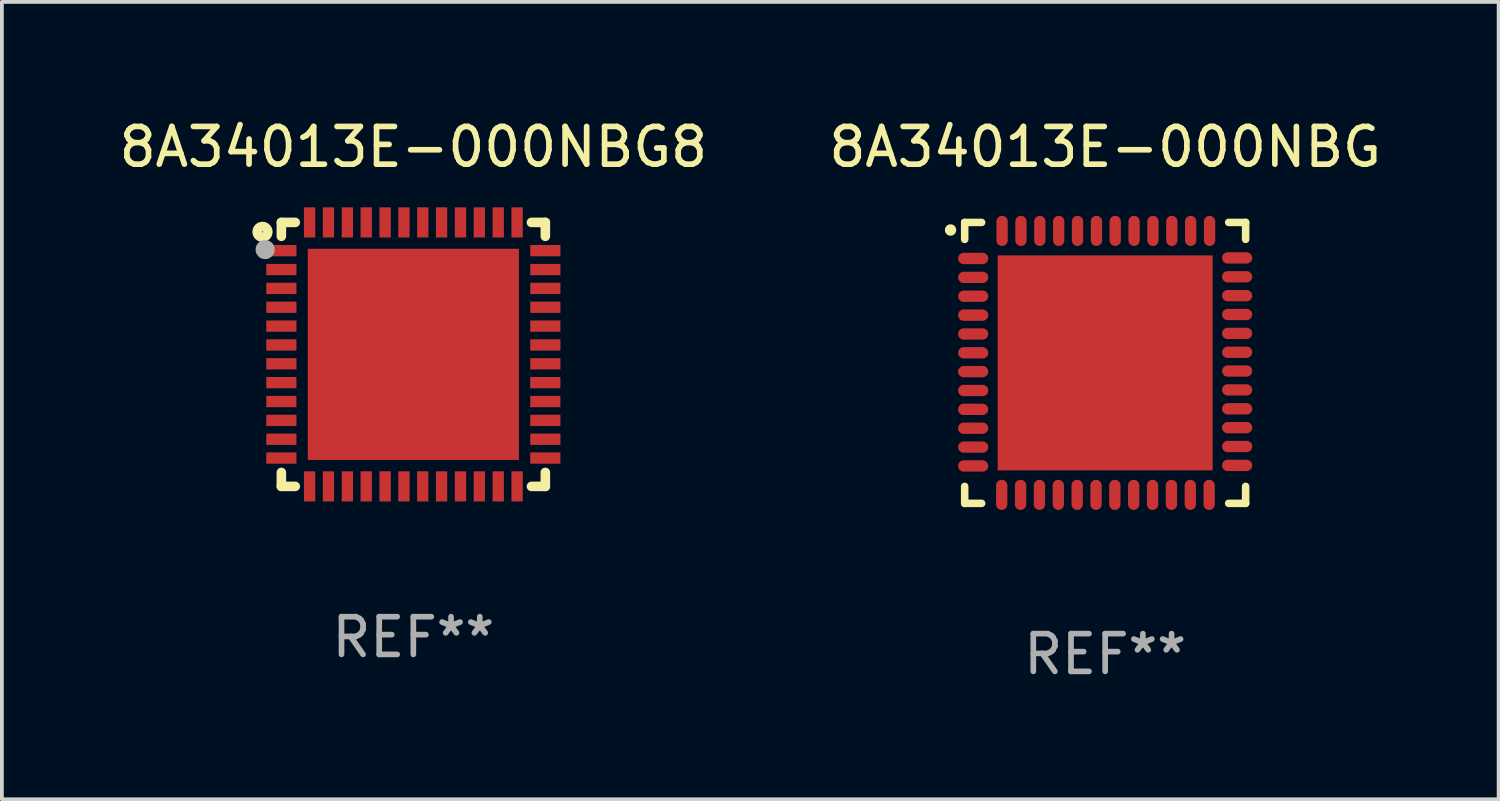
<source format=kicad_pcb>
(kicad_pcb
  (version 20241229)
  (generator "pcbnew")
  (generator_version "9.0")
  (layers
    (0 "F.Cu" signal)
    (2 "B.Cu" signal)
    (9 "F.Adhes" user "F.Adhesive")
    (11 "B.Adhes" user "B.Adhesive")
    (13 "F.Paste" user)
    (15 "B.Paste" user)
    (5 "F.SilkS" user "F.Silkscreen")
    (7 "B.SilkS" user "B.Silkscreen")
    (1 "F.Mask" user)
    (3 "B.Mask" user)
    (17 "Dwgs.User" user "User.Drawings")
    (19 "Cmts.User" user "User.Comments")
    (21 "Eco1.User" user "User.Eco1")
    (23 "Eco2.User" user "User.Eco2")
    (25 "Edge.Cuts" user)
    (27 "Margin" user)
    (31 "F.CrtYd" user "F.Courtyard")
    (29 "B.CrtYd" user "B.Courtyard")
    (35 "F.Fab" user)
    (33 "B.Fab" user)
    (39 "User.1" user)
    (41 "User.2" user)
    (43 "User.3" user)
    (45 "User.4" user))
  (footprint "8A34013E-000NBG"
    (layer "F.Cu")
    (at 26.256 6.573)
    (property "Reference" "8A34013E-000NBG" (at 0 -5.725 0) (layer "F.SilkS") (effects (font (size 1 1) (thickness 0.15))))
    (attr through_hole)
    (fp_line (start -3.725 -3.725) (end -3.275 -3.725) (stroke (width 0.2) (type solid)) (layer "F.SilkS"))
    (fp_line (start -3.725 -3.275) (end -3.725 -3.725) (stroke (width 0.2) (type solid)) (layer "F.SilkS"))
    (fp_line (start -3.725 3.275) (end -3.725 3.725) (stroke (width 0.2) (type solid)) (layer "F.SilkS"))
    (fp_line (start -3.725 3.725) (end -3.275 3.725) (stroke (width 0.2) (type solid)) (layer "F.SilkS"))
    (fp_line (start 3.275 -3.725) (end 3.725 -3.725) (stroke (width 0.2) (type solid)) (layer "F.SilkS"))
    (fp_line (start 3.275 3.725) (end 3.725 3.725) (stroke (width 0.2) (type solid)) (layer "F.SilkS"))
    (fp_line (start 3.725 -3.725) (end 3.725 -3.275) (stroke (width 0.2) (type solid)) (layer "F.SilkS"))
    (fp_line (start 3.725 3.725) (end 3.725 3.275) (stroke (width 0.2) (type solid)) (layer "F.SilkS"))
    (fp_arc (start -4.099568 -3.522987) (mid -4.099573 -3.524257) (end -4.099568 -3.525527) (stroke (width 0.3) (type solid)) (layer "F.SilkS"))
    (fp_text user "REF**" (at 0 7.725 0) (layer "F.Fab") (effects (font (size 1 1) (thickness 0.15))))
    (pad "1" smd oval (at -3.5 -2.769 90) (size 0.3 0.8) (layers "F.Cu" "F.Mask" "F.Paste"))
    (pad "2" smd oval (at -3.5 -2.268 90) (size 0.3 0.8) (layers "F.Cu" "F.Mask" "F.Paste"))
    (pad "3" smd oval (at -3.5 -1.768 90) (size 0.3 0.8) (layers "F.Cu" "F.Mask" "F.Paste"))
    (pad "4" smd oval (at -3.5 -1.267 90) (size 0.3 0.8) (layers "F.Cu" "F.Mask" "F.Paste"))
    (pad "5" smd oval (at -3.5 -0.767 90) (size 0.3 0.8) (layers "F.Cu" "F.Mask" "F.Paste"))
    (pad "6" smd oval (at -3.5 -0.267 90) (size 0.3 0.8) (layers "F.Cu" "F.Mask" "F.Paste"))
    (pad "7" smd oval (at -3.5 0.231 90) (size 0.3 0.8) (layers "F.Cu" "F.Mask" "F.Paste"))
    (pad "8" smd oval (at -3.5 0.732 90) (size 0.3 0.8) (layers "F.Cu" "F.Mask" "F.Paste"))
    (pad "9" smd oval (at -3.5 1.232 90) (size 0.3 0.8) (layers "F.Cu" "F.Mask" "F.Paste"))
    (pad "10" smd oval (at -3.5 1.732 90) (size 0.3 0.8) (layers "F.Cu" "F.Mask" "F.Paste"))
    (pad "11" smd oval (at -3.5 2.233 90) (size 0.3 0.8) (layers "F.Cu" "F.Mask" "F.Paste"))
    (pad "12" smd oval (at -3.5 2.733 90) (size 0.3 0.8) (layers "F.Cu" "F.Mask" "F.Paste"))
    (pad "13" smd oval (at -2.743 3.5) (size 0.3 0.8) (layers "F.Cu" "F.Mask" "F.Paste"))
    (pad "14" smd oval (at -2.243 3.5) (size 0.3 0.8) (layers "F.Cu" "F.Mask" "F.Paste"))
    (pad "15" smd oval (at -1.742 3.5) (size 0.3 0.8) (layers "F.Cu" "F.Mask" "F.Paste"))
    (pad "16" smd oval (at -1.242 3.5) (size 0.3 0.8) (layers "F.Cu" "F.Mask" "F.Paste"))
    (pad "17" smd oval (at -0.742 3.5) (size 0.3 0.8) (layers "F.Cu" "F.Mask" "F.Paste"))
    (pad "18" smd oval (at -0.241 3.5) (size 0.3 0.8) (layers "F.Cu" "F.Mask" "F.Paste"))
    (pad "19" smd oval (at 0.257 3.5) (size 0.3 0.8) (layers "F.Cu" "F.Mask" "F.Paste"))
    (pad "20" smd oval (at 0.757 3.5) (size 0.3 0.8) (layers "F.Cu" "F.Mask" "F.Paste"))
    (pad "21" smd oval (at 1.257 3.5) (size 0.3 0.8) (layers "F.Cu" "F.Mask" "F.Paste"))
    (pad "22" smd oval (at 1.758 3.5) (size 0.3 0.8) (layers "F.Cu" "F.Mask" "F.Paste"))
    (pad "23" smd oval (at 2.258 3.5) (size 0.3 0.8) (layers "F.Cu" "F.Mask" "F.Paste"))
    (pad "24" smd oval (at 2.758 3.5) (size 0.3 0.8) (layers "F.Cu" "F.Mask" "F.Paste"))
    (pad "25" smd oval (at 3.5 2.718 90) (size 0.3 0.8) (layers "F.Cu" "F.Mask" "F.Paste"))
    (pad "26" smd oval (at 3.5 2.217 90) (size 0.3 0.8) (layers "F.Cu" "F.Mask" "F.Paste"))
    (pad "27" smd oval (at 3.5 1.717 90) (size 0.3 0.8) (layers "F.Cu" "F.Mask" "F.Paste"))
    (pad "28" smd oval (at 3.5 1.217 90) (size 0.3 0.8) (layers "F.Cu" "F.Mask" "F.Paste"))
    (pad "29" smd oval (at 3.5 0.716 90) (size 0.3 0.8) (layers "F.Cu" "F.Mask" "F.Paste"))
    (pad "30" smd oval (at 3.5 0.216 90) (size 0.3 0.8) (layers "F.Cu" "F.Mask" "F.Paste"))
    (pad "31" smd oval (at 3.5 -0.282 90) (size 0.3 0.8) (layers "F.Cu" "F.Mask" "F.Paste"))
    (pad "32" smd oval (at 3.5 -0.782 90) (size 0.3 0.8) (layers "F.Cu" "F.Mask" "F.Paste"))
    (pad "33" smd oval (at 3.5 -1.283 90) (size 0.3 0.8) (layers "F.Cu" "F.Mask" "F.Paste"))
    (pad "34" smd oval (at 3.5 -1.783 90) (size 0.3 0.8) (layers "F.Cu" "F.Mask" "F.Paste"))
    (pad "35" smd oval (at 3.5 -2.283 90) (size 0.3 0.8) (layers "F.Cu" "F.Mask" "F.Paste"))
    (pad "36" smd oval (at 3.5 -2.784 90) (size 0.3 0.8) (layers "F.Cu" "F.Mask" "F.Paste"))
    (pad "37" smd oval (at 2.769 -3.5) (size 0.3 0.8) (layers "F.Cu" "F.Mask" "F.Paste"))
    (pad "38" smd oval (at 2.268 -3.5) (size 0.3 0.8) (layers "F.Cu" "F.Mask" "F.Paste"))
    (pad "39" smd oval (at 1.768 -3.5) (size 0.3 0.8) (layers "F.Cu" "F.Mask" "F.Paste"))
    (pad "40" smd oval (at 1.267 -3.5) (size 0.3 0.8) (layers "F.Cu" "F.Mask" "F.Paste"))
    (pad "41" smd oval (at 0.767 -3.5) (size 0.3 0.8) (layers "F.Cu" "F.Mask" "F.Paste"))
    (pad "42" smd oval (at 0.267 -3.5) (size 0.3 0.8) (layers "F.Cu" "F.Mask" "F.Paste"))
    (pad "43" smd oval (at -0.231 -3.5) (size 0.3 0.8) (layers "F.Cu" "F.Mask" "F.Paste"))
    (pad "44" smd oval (at -0.732 -3.5) (size 0.3 0.8) (layers "F.Cu" "F.Mask" "F.Paste"))
    (pad "45" smd oval (at -1.232 -3.5) (size 0.3 0.8) (layers "F.Cu" "F.Mask" "F.Paste"))
    (pad "46" smd oval (at -1.732 -3.5) (size 0.3 0.8) (layers "F.Cu" "F.Mask" "F.Paste"))
    (pad "47" smd oval (at -2.233 -3.5) (size 0.3 0.8) (layers "F.Cu" "F.Mask" "F.Paste"))
    (pad "48" smd oval (at -2.733 -3.5) (size 0.3 0.8) (layers "F.Cu" "F.Mask" "F.Paste"))
    (pad "49" smd rect (at 0 0) (size 5.7 5.7) (layers "F.Cu" "F.Mask" "F.Paste")))
  (footprint "8A34013E-000NBG8"
    (layer "F.Cu")
    (at 7.911 6.348)
    (property "Reference" "8A34013E-000NBG8" (at 0 -5.5 0) (layer "F.SilkS") (effects (font (size 1 1) (thickness 0.15))))
    (attr through_hole)
    (fp_line (start -3.5 -3.5) (end -3.132 -3.5) (stroke (width 0.254) (type solid)) (layer "F.SilkS"))
    (fp_line (start -3.5 -3.132) (end -3.5 -3.5) (stroke (width 0.254) (type solid)) (layer "F.SilkS"))
    (fp_line (start -3.5 3.5) (end -3.5 3.13) (stroke (width 0.254) (type solid)) (layer "F.SilkS"))
    (fp_line (start -3.132 3.5) (end -3.5 3.5) (stroke (width 0.254) (type solid)) (layer "F.SilkS"))
    (fp_line (start 3.132 -3.5) (end 3.5 -3.5) (stroke (width 0.254) (type solid)) (layer "F.SilkS"))
    (fp_line (start 3.5 -3.5) (end 3.5 -3.132) (stroke (width 0.254) (type solid)) (layer "F.SilkS"))
    (fp_line (start 3.5 3.13) (end 3.5 3.5) (stroke (width 0.254) (type solid)) (layer "F.SilkS"))
    (fp_line (start 3.5 3.5) (end 3.132 3.5) (stroke (width 0.254) (type solid)) (layer "F.SilkS"))
    (fp_circle (center -4 -3.25) (end -3.859 -3.25) (stroke (width 0.254) (type solid)) (fill no) (layer "F.SilkS"))
    (fp_circle (center -3.5 -3.501) (end -3.47 -3.501) (stroke (width 0.06) (type solid)) (fill no) (layer "F.SilkS"))
    (fp_circle (center -3.93 -2.78) (end -3.803 -2.78) (stroke (width 0.254) (type solid)) (fill no) (layer "F.Fab"))
    (fp_text user "REF**" (at 0 7.5 0) (layer "F.Fab") (effects (font (size 1 1) (thickness 0.15))))
    (pad "1" smd rect (at -3.5 -2.751 270) (size 0.3 0.8) (layers "F.Cu" "F.Mask" "F.Paste"))
    (pad "2" smd rect (at -3.5 -2.25 270) (size 0.3 0.8) (layers "F.Cu" "F.Mask" "F.Paste"))
    (pad "3" smd rect (at -3.5 -1.75 270) (size 0.3 0.8) (layers "F.Cu" "F.Mask" "F.Paste"))
    (pad "4" smd rect (at -3.5 -1.251 270) (size 0.3 0.8) (layers "F.Cu" "F.Mask" "F.Paste"))
    (pad "5" smd rect (at -3.5 -0.75 270) (size 0.3 0.8) (layers "F.Cu" "F.Mask" "F.Paste"))
    (pad "6" smd rect (at -3.5 -0.251 270) (size 0.3 0.8) (layers "F.Cu" "F.Mask" "F.Paste"))
    (pad "7" smd rect (at -3.5 0.249 270) (size 0.3 0.8) (layers "F.Cu" "F.Mask" "F.Paste"))
    (pad "8" smd rect (at -3.5 0.749 270) (size 0.3 0.8) (layers "F.Cu" "F.Mask" "F.Paste"))
    (pad "9" smd rect (at -3.5 1.25 270) (size 0.3 0.8) (layers "F.Cu" "F.Mask" "F.Paste"))
    (pad "10" smd rect (at -3.5 1.75 270) (size 0.3 0.8) (layers "F.Cu" "F.Mask" "F.Paste"))
    (pad "11" smd rect (at -3.5 2.249 270) (size 0.3 0.8) (layers "F.Cu" "F.Mask" "F.Paste"))
    (pad "12" smd rect (at -3.5 2.748 270) (size 0.3 0.8) (layers "F.Cu" "F.Mask" "F.Paste"))
    (pad "13" smd rect (at -2.751 3.5 180) (size 0.3 0.8) (layers "F.Cu" "F.Mask" "F.Paste"))
    (pad "14" smd rect (at -2.251 3.5 180) (size 0.3 0.8) (layers "F.Cu" "F.Mask" "F.Paste"))
    (pad "15" smd rect (at -1.75 3.5 180) (size 0.3 0.8) (layers "F.Cu" "F.Mask" "F.Paste"))
    (pad "16" smd rect (at -1.25 3.5 180) (size 0.3 0.8) (layers "F.Cu" "F.Mask" "F.Paste"))
    (pad "17" smd rect (at -0.749 3.5 180) (size 0.3 0.8) (layers "F.Cu" "F.Mask" "F.Paste"))
    (pad "18" smd rect (at -0.25 3.5 180) (size 0.3 0.8) (layers "F.Cu" "F.Mask" "F.Paste"))
    (pad "19" smd rect (at 0.249 3.5 180) (size 0.3 0.8) (layers "F.Cu" "F.Mask" "F.Paste"))
    (pad "20" smd rect (at 0.749 3.5 180) (size 0.3 0.8) (layers "F.Cu" "F.Mask" "F.Paste"))
    (pad "21" smd rect (at 1.25 3.5 180) (size 0.3 0.8) (layers "F.Cu" "F.Mask" "F.Paste"))
    (pad "22" smd rect (at 1.75 3.5 180) (size 0.3 0.8) (layers "F.Cu" "F.Mask" "F.Paste"))
    (pad "23" smd rect (at 2.251 3.5 180) (size 0.3 0.8) (layers "F.Cu" "F.Mask" "F.Paste"))
    (pad "24" smd rect (at 2.751 3.5 180) (size 0.3 0.8) (layers "F.Cu" "F.Mask" "F.Paste"))
    (pad "25" smd rect (at 3.5 2.748 270) (size 0.3 0.8) (layers "F.Cu" "F.Mask" "F.Paste"))
    (pad "26" smd rect (at 3.5 2.249 270) (size 0.3 0.8) (layers "F.Cu" "F.Mask" "F.Paste"))
    (pad "27" smd rect (at 3.5 1.75 270) (size 0.3 0.8) (layers "F.Cu" "F.Mask" "F.Paste"))
    (pad "28" smd rect (at 3.5 1.25 270) (size 0.3 0.8) (layers "F.Cu" "F.Mask" "F.Paste"))
    (pad "29" smd rect (at 3.5 0.749 270) (size 0.3 0.8) (layers "F.Cu" "F.Mask" "F.Paste"))
    (pad "30" smd rect (at 3.5 0.249 270) (size 0.3 0.8) (layers "F.Cu" "F.Mask" "F.Paste"))
    (pad "31" smd rect (at 3.5 -0.251 270) (size 0.3 0.8) (layers "F.Cu" "F.Mask" "F.Paste"))
    (pad "32" smd rect (at 3.5 -0.75 270) (size 0.3 0.8) (layers "F.Cu" "F.Mask" "F.Paste"))
    (pad "33" smd rect (at 3.5 -1.251 270) (size 0.3 0.8) (layers "F.Cu" "F.Mask" "F.Paste"))
    (pad "34" smd rect (at 3.5 -1.75 270) (size 0.3 0.8) (layers "F.Cu" "F.Mask" "F.Paste"))
    (pad "35" smd rect (at 3.5 -2.25 270) (size 0.3 0.8) (layers "F.Cu" "F.Mask" "F.Paste"))
    (pad "36" smd rect (at 3.5 -2.751 270) (size 0.3 0.8) (layers "F.Cu" "F.Mask" "F.Paste"))
    (pad "37" smd rect (at 2.751 -3.5 180) (size 0.3 0.8) (layers "F.Cu" "F.Mask" "F.Paste"))
    (pad "38" smd rect (at 2.251 -3.5 180) (size 0.3 0.8) (layers "F.Cu" "F.Mask" "F.Paste"))
    (pad "39" smd rect (at 1.75 -3.5 180) (size 0.3 0.8) (layers "F.Cu" "F.Mask" "F.Paste"))
    (pad "40" smd rect (at 1.25 -3.5 180) (size 0.3 0.8) (layers "F.Cu" "F.Mask" "F.Paste"))
    (pad "41" smd rect (at 0.749 -3.5 180) (size 0.3 0.8) (layers "F.Cu" "F.Mask" "F.Paste"))
    (pad "42" smd rect (at 0.25 -3.5 180) (size 0.3 0.8) (layers "F.Cu" "F.Mask" "F.Paste"))
    (pad "43" smd rect (at -0.25 -3.5 180) (size 0.3 0.8) (layers "F.Cu" "F.Mask" "F.Paste"))
    (pad "44" smd rect (at -0.749 -3.5 180) (size 0.3 0.8) (layers "F.Cu" "F.Mask" "F.Paste"))
    (pad "45" smd rect (at -1.25 -3.5 180) (size 0.3 0.8) (layers "F.Cu" "F.Mask" "F.Paste"))
    (pad "46" smd rect (at -1.75 -3.5 180) (size 0.3 0.8) (layers "F.Cu" "F.Mask" "F.Paste"))
    (pad "47" smd rect (at -2.251 -3.5 180) (size 0.3 0.8) (layers "F.Cu" "F.Mask" "F.Paste"))
    (pad "48" smd rect (at -2.751 -3.5 180) (size 0.3 0.8) (layers "F.Cu" "F.Mask" "F.Paste"))
    (pad "49" smd rect (at 0.000127 -0.001 180) (size 5.6 5.6) (layers "F.Cu" "F.Mask" "F.Paste")))
  (gr_rect
    (start -3 -3)
    (end 36.69 18.146)
    (stroke (width 0.1) (type default))
    (fill no)
    (layer "Edge.Cuts")))
</source>
